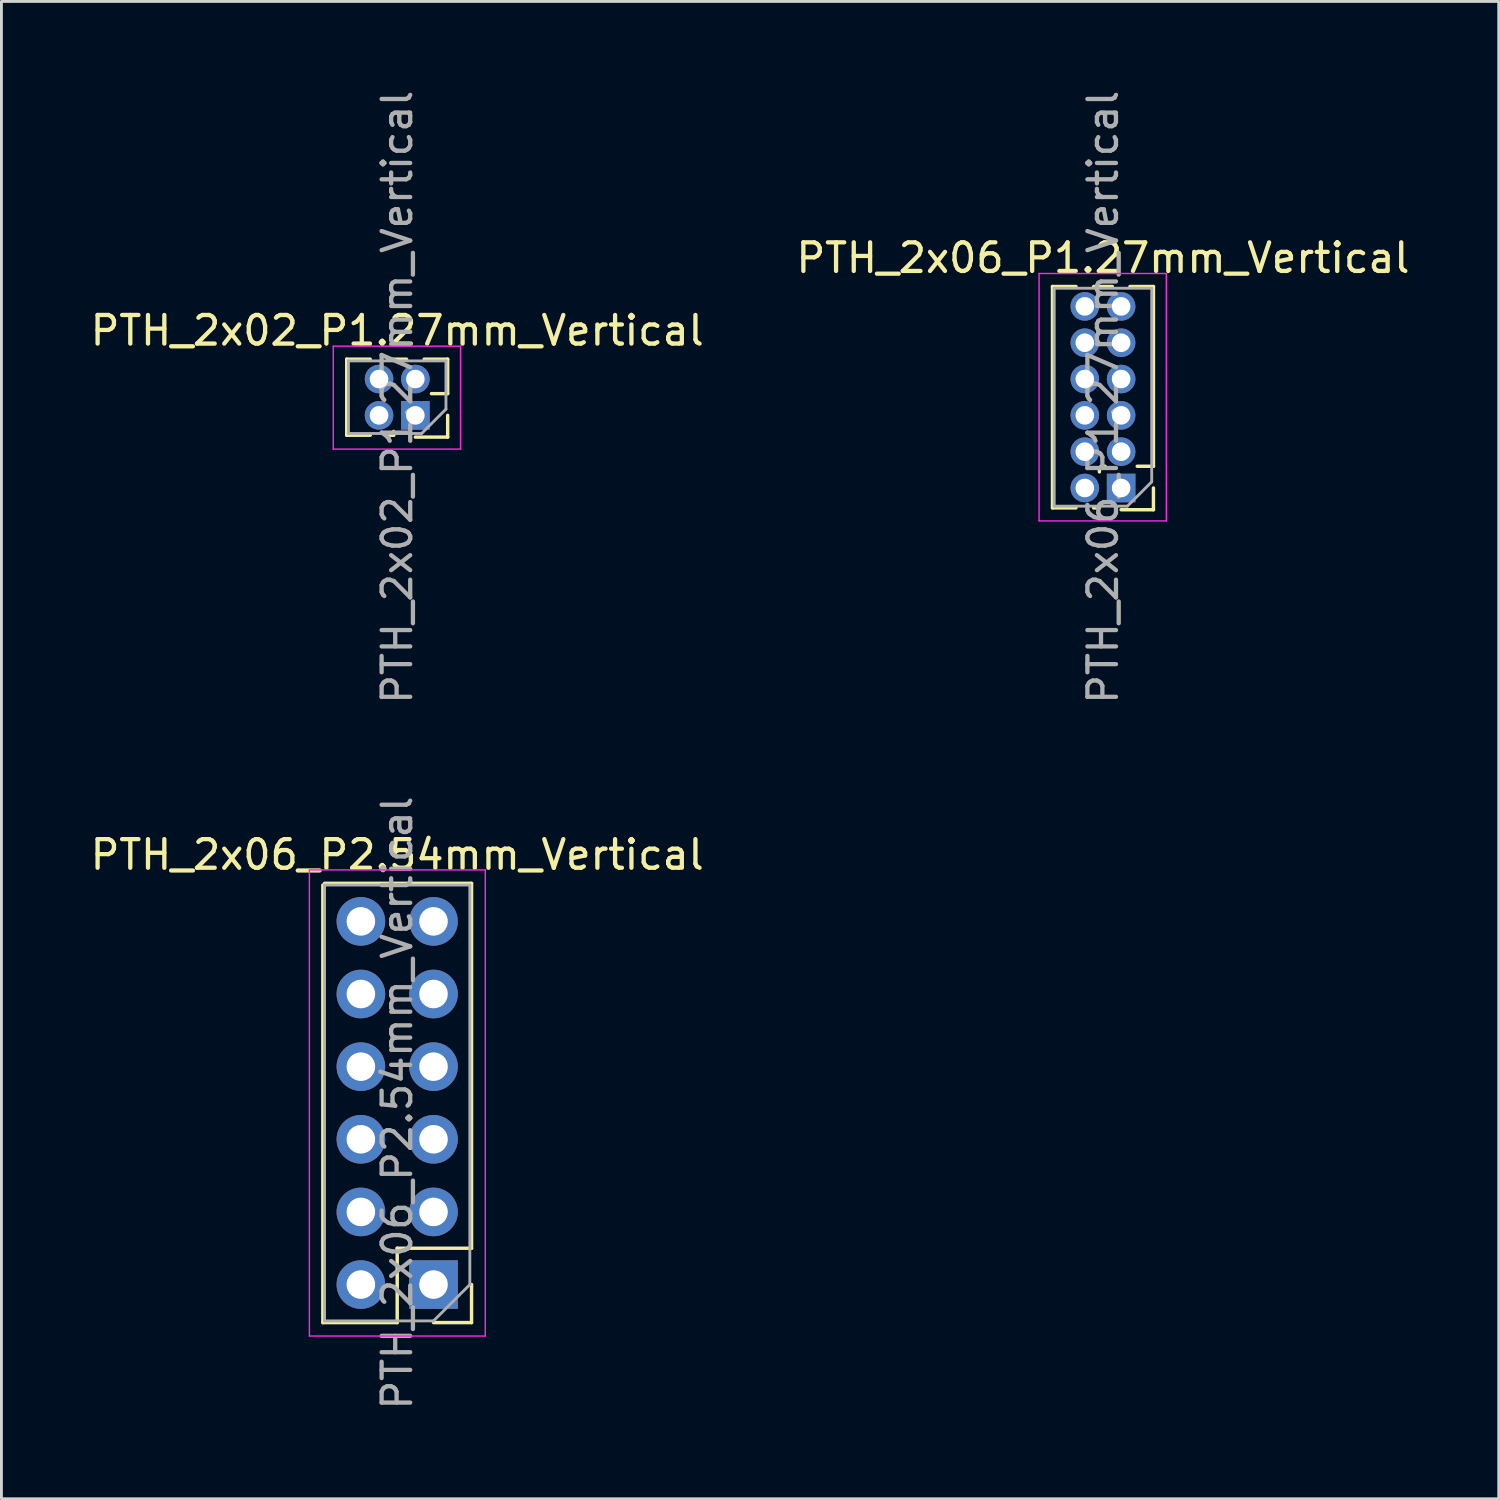
<source format=kicad_pcb>
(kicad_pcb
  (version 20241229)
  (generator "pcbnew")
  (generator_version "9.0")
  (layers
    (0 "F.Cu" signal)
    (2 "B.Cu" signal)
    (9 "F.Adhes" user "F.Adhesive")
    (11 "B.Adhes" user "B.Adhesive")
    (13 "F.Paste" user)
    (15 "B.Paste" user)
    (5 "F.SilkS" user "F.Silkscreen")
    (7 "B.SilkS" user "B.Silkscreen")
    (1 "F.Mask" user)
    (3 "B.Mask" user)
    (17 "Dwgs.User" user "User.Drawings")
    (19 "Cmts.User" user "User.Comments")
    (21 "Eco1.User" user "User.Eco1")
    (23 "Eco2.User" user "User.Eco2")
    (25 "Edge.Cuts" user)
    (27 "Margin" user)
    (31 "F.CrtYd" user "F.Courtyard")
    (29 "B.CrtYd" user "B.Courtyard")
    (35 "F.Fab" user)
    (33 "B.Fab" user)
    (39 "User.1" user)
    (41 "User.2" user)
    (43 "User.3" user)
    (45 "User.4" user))
  (footprint "PTH_2x02_P1.27mm_Vertical"
    (layer "F.Cu")
    (at 10.204 10.204)
    (property "Reference" "PTH_2x02_P1.27mm_Vertical" (at 0.635 -1.695 0) (layer "F.SilkS") (effects (font (size 1 1) (thickness 0.15))))
    (attr through_hole)
    (fp_line (start -1.13 1.965) (end -1.13 -0.695) (stroke (width 0.12) (type solid)) (layer "F.SilkS"))
    (fp_line (start -0.308 -0.695) (end -1.13 -0.695) (stroke (width 0.12) (type solid)) (layer "F.SilkS"))
    (fp_line (start -0.308 1.965) (end -1.13 1.965) (stroke (width 0.12) (type solid)) (layer "F.SilkS"))
    (fp_line (start 0.51 1.833) (end 0.51 1.965) (stroke (width 0.12) (type solid)) (layer "F.SilkS"))
    (fp_line (start 0.51 1.965) (end 0.308 1.965) (stroke (width 0.12) (type solid)) (layer "F.SilkS"))
    (fp_line (start 0.962 -0.695) (end 0.308 -0.695) (stroke (width 0.12) (type solid)) (layer "F.SilkS"))
    (fp_line (start 2.4 -0.695) (end 1.578 -0.695) (stroke (width 0.12) (type solid)) (layer "F.SilkS"))
    (fp_line (start 2.4 0.51) (end 1.833 0.51) (stroke (width 0.12) (type solid)) (layer "F.SilkS"))
    (fp_line (start 2.4 0.51) (end 2.4 -0.695) (stroke (width 0.12) (type solid)) (layer "F.SilkS"))
    (fp_line (start 2.4 1.27) (end 2.4 2.03) (stroke (width 0.12) (type solid)) (layer "F.SilkS"))
    (fp_line (start 2.4 2.03) (end 1.27 2.03) (stroke (width 0.12) (type solid)) (layer "F.SilkS"))
    (fp_line (start -1.6 -1.15) (end -1.6 2.45) (stroke (width 0.05) (type solid)) (layer "F.CrtYd"))
    (fp_line (start -1.6 2.45) (end 2.85 2.45) (stroke (width 0.05) (type solid)) (layer "F.CrtYd"))
    (fp_line (start 2.85 -1.15) (end -1.6 -1.15) (stroke (width 0.05) (type solid)) (layer "F.CrtYd"))
    (fp_line (start 2.85 2.45) (end 2.85 -1.15) (stroke (width 0.05) (type solid)) (layer "F.CrtYd"))
    (fp_line (start -1.07 -0.635) (end 2.34 -0.635) (stroke (width 0.1) (type solid)) (layer "F.Fab"))
    (fp_line (start -1.07 1.905) (end -1.07 -0.635) (stroke (width 0.1) (type solid)) (layer "F.Fab"))
    (fp_line (start 1.488 1.905) (end -1.07 1.905) (stroke (width 0.1) (type solid)) (layer "F.Fab"))
    (fp_line (start 2.34 -0.635) (end 2.34 1.052) (stroke (width 0.1) (type solid)) (layer "F.Fab"))
    (fp_line (start 2.34 1.052) (end 1.488 1.905) (stroke (width 0.1) (type solid)) (layer "F.Fab"))
    (fp_text user "${REFERENCE}" (at 0.635 0.635 90) (layer "F.Fab") (effects (font (size 1 1) (thickness 0.15))))
    (pad "1" thru_hole circle (at 0 0) (size 1 1) (drill 0.65) (layers "*.Cu" "*.Mask"))
    (pad "2" thru_hole oval (at 1.27 0) (size 1 1) (drill 0.65) (layers "*.Cu" "*.Mask"))
    (pad "3" thru_hole oval (at 0 1.27) (size 1 1) (drill 0.65) (layers "*.Cu" "*.Mask"))
    (pad "4" thru_hole rect (at 1.27 1.27) (size 1 1) (drill 0.65) (layers "*.Cu" "*.Mask")))
  (footprint "PTH_2x06_P1.27mm_Vertical"
    (layer "F.Cu")
    (at 34.883 7.664)
    (property "Reference" "PTH_2x06_P1.27mm_Vertical" (at 0.635 -1.695 0) (layer "F.SilkS") (effects (font (size 1 1) (thickness 0.15))))
    (attr through_hole)
    (fp_line (start -1.13 7.045) (end -1.13 -0.695) (stroke (width 0.12) (type solid)) (layer "F.SilkS"))
    (fp_line (start -0.308 -0.695) (end -1.13 -0.695) (stroke (width 0.12) (type solid)) (layer "F.SilkS"))
    (fp_line (start -0.308 7.045) (end -1.13 7.045) (stroke (width 0.12) (type solid)) (layer "F.SilkS"))
    (fp_line (start 0.51 5.643) (end 0.51 5.787) (stroke (width 0.12) (type solid)) (layer "F.SilkS"))
    (fp_line (start 0.51 6.913) (end 0.51 7.045) (stroke (width 0.12) (type solid)) (layer "F.SilkS"))
    (fp_line (start 0.51 7.045) (end 0.308 7.045) (stroke (width 0.12) (type solid)) (layer "F.SilkS"))
    (fp_line (start 0.707 5.59) (end 0.563 5.59) (stroke (width 0.12) (type solid)) (layer "F.SilkS"))
    (fp_line (start 0.962 -0.695) (end 0.308 -0.695) (stroke (width 0.12) (type solid)) (layer "F.SilkS"))
    (fp_line (start 2.4 -0.695) (end 1.578 -0.695) (stroke (width 0.12) (type solid)) (layer "F.SilkS"))
    (fp_line (start 2.4 5.59) (end 1.833 5.59) (stroke (width 0.12) (type solid)) (layer "F.SilkS"))
    (fp_line (start 2.4 5.59) (end 2.4 -0.695) (stroke (width 0.12) (type solid)) (layer "F.SilkS"))
    (fp_line (start 2.4 6.35) (end 2.4 7.11) (stroke (width 0.12) (type solid)) (layer "F.SilkS"))
    (fp_line (start 2.4 7.11) (end 1.27 7.11) (stroke (width 0.12) (type solid)) (layer "F.SilkS"))
    (fp_line (start -1.6 -1.15) (end -1.6 7.5) (stroke (width 0.05) (type solid)) (layer "F.CrtYd"))
    (fp_line (start -1.6 7.5) (end 2.85 7.5) (stroke (width 0.05) (type solid)) (layer "F.CrtYd"))
    (fp_line (start 2.85 -1.15) (end -1.6 -1.15) (stroke (width 0.05) (type solid)) (layer "F.CrtYd"))
    (fp_line (start 2.85 7.5) (end 2.85 -1.15) (stroke (width 0.05) (type solid)) (layer "F.CrtYd"))
    (fp_line (start -1.07 -0.635) (end 2.34 -0.635) (stroke (width 0.1) (type solid)) (layer "F.Fab"))
    (fp_line (start -1.07 6.985) (end -1.07 -0.635) (stroke (width 0.1) (type solid)) (layer "F.Fab"))
    (fp_line (start 1.488 6.985) (end -1.07 6.985) (stroke (width 0.1) (type solid)) (layer "F.Fab"))
    (fp_line (start 2.34 -0.635) (end 2.34 6.133) (stroke (width 0.1) (type solid)) (layer "F.Fab"))
    (fp_line (start 2.34 6.133) (end 1.488 6.985) (stroke (width 0.1) (type solid)) (layer "F.Fab"))
    (fp_text user "${REFERENCE}" (at 0.635 3.175 90) (layer "F.Fab") (effects (font (size 1 1) (thickness 0.15))))
    (pad "1" thru_hole circle (at 0 0) (size 1 1) (drill 0.65) (layers "*.Cu" "*.Mask"))
    (pad "2" thru_hole oval (at 1.27 0) (size 1 1) (drill 0.65) (layers "*.Cu" "*.Mask"))
    (pad "3" thru_hole oval (at 0 1.27) (size 1 1) (drill 0.65) (layers "*.Cu" "*.Mask"))
    (pad "4" thru_hole oval (at 1.27 1.27) (size 1 1) (drill 0.65) (layers "*.Cu" "*.Mask"))
    (pad "5" thru_hole oval (at 0 2.54) (size 1 1) (drill 0.65) (layers "*.Cu" "*.Mask"))
    (pad "6" thru_hole oval (at 1.27 2.54) (size 1 1) (drill 0.65) (layers "*.Cu" "*.Mask"))
    (pad "7" thru_hole oval (at 0 3.81) (size 1 1) (drill 0.65) (layers "*.Cu" "*.Mask"))
    (pad "8" thru_hole oval (at 1.27 3.81) (size 1 1) (drill 0.65) (layers "*.Cu" "*.Mask"))
    (pad "9" thru_hole oval (at 0 5.08) (size 1 1) (drill 0.65) (layers "*.Cu" "*.Mask"))
    (pad "10" thru_hole oval (at 1.27 5.08) (size 1 1) (drill 0.65) (layers "*.Cu" "*.Mask"))
    (pad "11" thru_hole oval (at 0 6.35) (size 1 1) (drill 0.65) (layers "*.Cu" "*.Mask"))
    (pad "12" thru_hole rect (at 1.27 6.35) (size 1 1) (drill 0.65) (layers "*.Cu" "*.Mask")))
  (footprint "PTH_2x06_P2.54mm_Vertical"
    (layer "F.Cu")
    (at 9.569 29.168)
    (property "Reference" "PTH_2x06_P2.54mm_Vertical" (at 1.27 -2.33 0) (layer "F.SilkS") (effects (font (size 1 1) (thickness 0.15))))
    (attr through_hole)
    (fp_line (start -1.33 -1.27) (end -1.33 14.03) (stroke (width 0.12) (type solid)) (layer "F.SilkS"))
    (fp_line (start -1.33 14.03) (end 1.27 14.03) (stroke (width 0.12) (type solid)) (layer "F.SilkS"))
    (fp_line (start -1.27 -1.33) (end 3.87 -1.33) (stroke (width 0.12) (type solid)) (layer "F.SilkS"))
    (fp_line (start 1.27 14.03) (end 1.27 11.43) (stroke (width 0.12) (type solid)) (layer "F.SilkS"))
    (fp_line (start 2.54 14.03) (end 3.87 14.03) (stroke (width 0.12) (type solid)) (layer "F.SilkS"))
    (fp_line (start 3.87 11.43) (end 1.27 11.43) (stroke (width 0.12) (type solid)) (layer "F.SilkS"))
    (fp_line (start 3.87 11.43) (end 3.87 -1.33) (stroke (width 0.12) (type solid)) (layer "F.SilkS"))
    (fp_line (start 3.87 12.7) (end 3.87 14.03) (stroke (width 0.12) (type solid)) (layer "F.SilkS"))
    (fp_line (start -1.8 -1.8) (end -1.8 14.5) (stroke (width 0.05) (type solid)) (layer "F.CrtYd"))
    (fp_line (start -1.8 14.5) (end 4.35 14.5) (stroke (width 0.05) (type solid)) (layer "F.CrtYd"))
    (fp_line (start 4.35 -1.8) (end -1.8 -1.8) (stroke (width 0.05) (type solid)) (layer "F.CrtYd"))
    (fp_line (start 4.35 14.5) (end 4.35 -1.8) (stroke (width 0.05) (type solid)) (layer "F.CrtYd"))
    (fp_line (start -1.27 -1.27) (end 3.81 -1.27) (stroke (width 0.1) (type solid)) (layer "F.Fab"))
    (fp_line (start -1.27 13.97) (end -1.27 -1.27) (stroke (width 0.1) (type solid)) (layer "F.Fab"))
    (fp_line (start 2.54 13.97) (end -1.27 13.97) (stroke (width 0.1) (type solid)) (layer "F.Fab"))
    (fp_line (start 3.81 -1.27) (end 3.81 12.7) (stroke (width 0.1) (type solid)) (layer "F.Fab"))
    (fp_line (start 3.81 12.7) (end 2.54 13.97) (stroke (width 0.1) (type solid)) (layer "F.Fab"))
    (fp_text user "${REFERENCE}" (at 1.27 6.35 90) (layer "F.Fab") (effects (font (size 1 1) (thickness 0.15))))
    (pad "1" thru_hole circle (at 0 0) (size 1.7 1.7) (drill 1) (layers "*.Cu" "*.Mask"))
    (pad "2" thru_hole oval (at 2.54 0) (size 1.7 1.7) (drill 1) (layers "*.Cu" "*.Mask"))
    (pad "3" thru_hole oval (at 0 2.54) (size 1.7 1.7) (drill 1) (layers "*.Cu" "*.Mask"))
    (pad "4" thru_hole oval (at 2.54 2.54) (size 1.7 1.7) (drill 1) (layers "*.Cu" "*.Mask"))
    (pad "5" thru_hole oval (at 0 5.08) (size 1.7 1.7) (drill 1) (layers "*.Cu" "*.Mask"))
    (pad "6" thru_hole oval (at 2.54 5.08) (size 1.7 1.7) (drill 1) (layers "*.Cu" "*.Mask"))
    (pad "7" thru_hole oval (at 0 7.62) (size 1.7 1.7) (drill 1) (layers "*.Cu" "*.Mask"))
    (pad "8" thru_hole oval (at 2.54 7.62) (size 1.7 1.7) (drill 1) (layers "*.Cu" "*.Mask"))
    (pad "9" thru_hole oval (at 0 10.16) (size 1.7 1.7) (drill 1) (layers "*.Cu" "*.Mask"))
    (pad "10" thru_hole oval (at 2.54 10.16) (size 1.7 1.7) (drill 1) (layers "*.Cu" "*.Mask"))
    (pad "11" thru_hole oval (at 0 12.7) (size 1.7 1.7) (drill 1) (layers "*.Cu" "*.Mask"))
    (pad "12" thru_hole rect (at 2.54 12.7) (size 1.7 1.7) (drill 1) (layers "*.Cu" "*.Mask")))
  (gr_rect
    (start -3 -3)
    (end 49.357 49.357)
    (stroke (width 0.1) (type default))
    (fill no)
    (layer "Edge.Cuts")))
</source>
